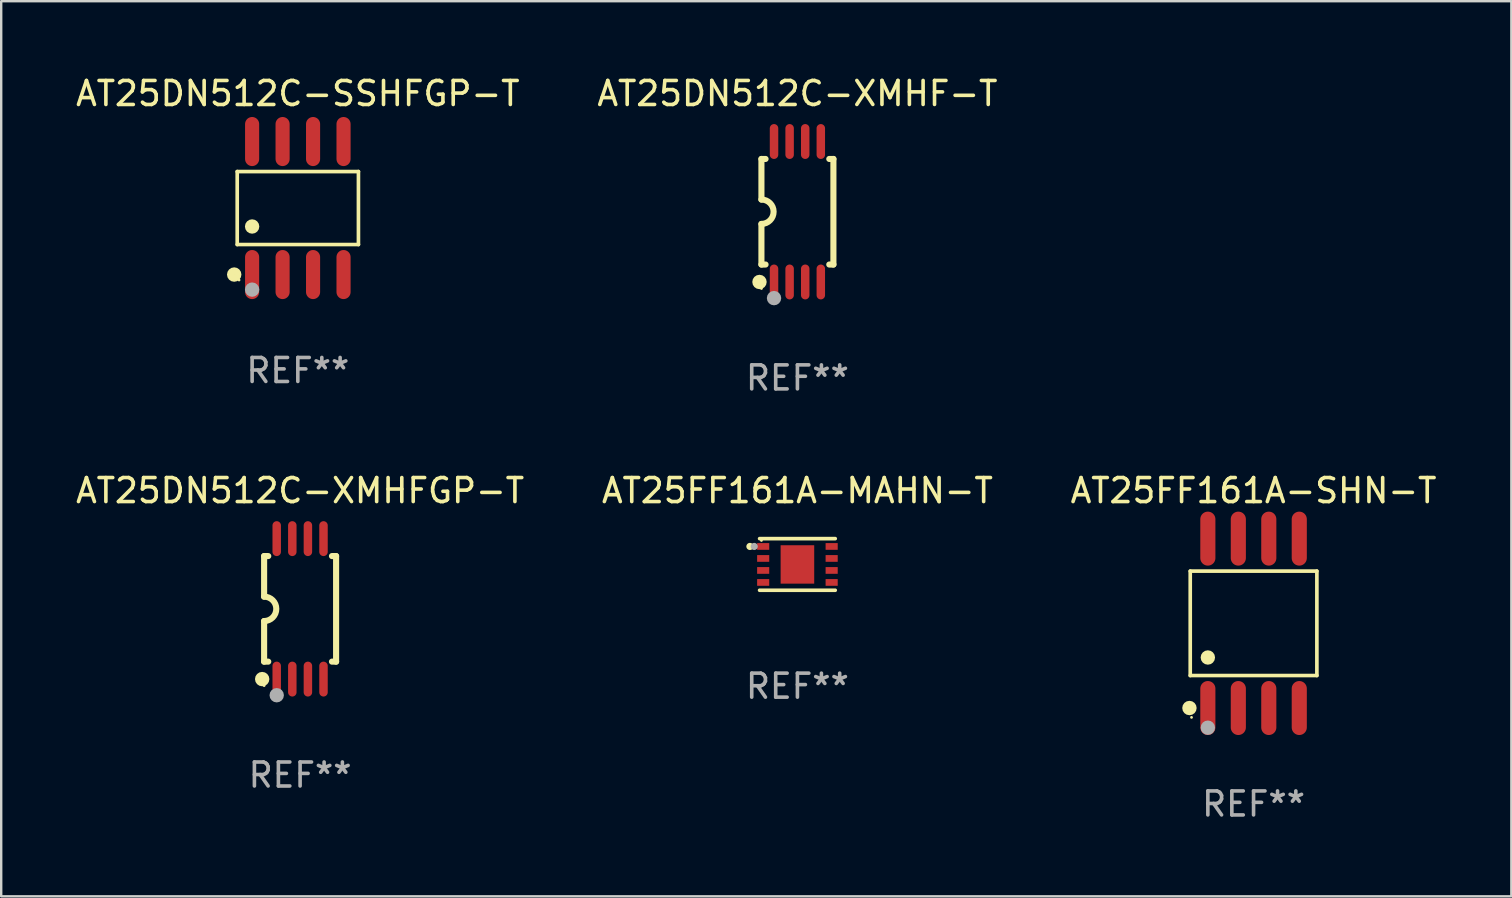
<source format=kicad_pcb>
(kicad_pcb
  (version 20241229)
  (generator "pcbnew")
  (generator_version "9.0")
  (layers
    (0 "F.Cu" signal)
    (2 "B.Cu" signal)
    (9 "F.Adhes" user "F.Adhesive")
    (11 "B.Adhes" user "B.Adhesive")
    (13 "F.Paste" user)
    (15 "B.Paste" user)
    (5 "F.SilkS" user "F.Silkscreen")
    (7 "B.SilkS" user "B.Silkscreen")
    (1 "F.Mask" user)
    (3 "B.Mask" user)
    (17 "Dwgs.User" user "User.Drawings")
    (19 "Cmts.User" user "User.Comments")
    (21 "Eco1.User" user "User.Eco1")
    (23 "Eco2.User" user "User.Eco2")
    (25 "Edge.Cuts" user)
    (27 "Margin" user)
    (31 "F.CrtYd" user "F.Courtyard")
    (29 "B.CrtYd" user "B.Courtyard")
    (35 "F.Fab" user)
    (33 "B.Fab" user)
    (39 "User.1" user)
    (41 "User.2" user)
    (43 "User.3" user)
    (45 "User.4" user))
  (footprint "AT25DN512C-XMHF-T"
    (layer "F.Cu")
    (at 30.185 5.775)
    (property "Reference" "AT25DN512C-XMHF-T" (at 0 -4.927 0) (layer "F.SilkS") (effects (font (size 1 1) (thickness 0.15))))
    (attr through_hole)
    (fp_line (start -1.5 -2.2) (end -1.5 -0.508) (stroke (width 0.254) (type solid)) (layer "F.SilkS"))
    (fp_line (start -1.5 -2.2) (end -1.328 -2.2) (stroke (width 0.254) (type solid)) (layer "F.SilkS"))
    (fp_line (start -1.5 2.2) (end -1.5 0.508) (stroke (width 0.254) (type solid)) (layer "F.SilkS"))
    (fp_line (start -1.5 2.2) (end -1.328 2.2) (stroke (width 0.254) (type solid)) (layer "F.SilkS"))
    (fp_line (start 1.328 -2.2) (end 1.5 -2.2) (stroke (width 0.254) (type solid)) (layer "F.SilkS"))
    (fp_line (start 1.328 2.2) (end 1.5 2.2) (stroke (width 0.254) (type solid)) (layer "F.SilkS"))
    (fp_line (start 1.5 -2.2) (end 1.5 2.2) (stroke (width 0.254) (type solid)) (layer "F.SilkS"))
    (fp_arc (start -1.501144 -0.508) (mid -0.993143 -0.000571) (end -1.5 0.508001) (stroke (width 0.254001) (type solid)) (layer "F.SilkS"))
    (fp_circle (center -1.581 2.927) (end -1.431 2.927) (stroke (width 0.3) (type solid)) (fill no) (layer "F.SilkS"))
    (fp_circle (center -1.5 3.2) (end -1.47 3.2) (stroke (width 0.06) (type solid)) (fill no) (layer "F.SilkS"))
    (fp_circle (center -0.975 3.6) (end -0.825 3.6) (stroke (width 0.3) (type solid)) (fill no) (layer "F.Fab"))
    (fp_text user "REF**" (at 0 6.927 0) (layer "F.Fab") (effects (font (size 1 1) (thickness 0.15))))
    (pad "1" smd oval (at -0.975 2.927) (size 0.353 1.454) (layers "F.Cu" "F.Mask" "F.Paste"))
    (pad "2" smd oval (at -0.325 2.927) (size 0.353 1.454) (layers "F.Cu" "F.Mask" "F.Paste"))
    (pad "3" smd oval (at 0.325 2.927) (size 0.353 1.454) (layers "F.Cu" "F.Mask" "F.Paste"))
    (pad "4" smd oval (at 0.975 2.927) (size 0.353 1.454) (layers "F.Cu" "F.Mask" "F.Paste"))
    (pad "5" smd oval (at 0.975 -2.927) (size 0.353 1.454) (layers "F.Cu" "F.Mask" "F.Paste"))
    (pad "6" smd oval (at 0.325 -2.927) (size 0.353 1.454) (layers "F.Cu" "F.Mask" "F.Paste"))
    (pad "7" smd oval (at -0.325 -2.927) (size 0.353 1.454) (layers "F.Cu" "F.Mask" "F.Paste"))
    (pad "8" smd oval (at -0.975 -2.927) (size 0.353 1.454) (layers "F.Cu" "F.Mask" "F.Paste")))
  (footprint "AT25DN512C-SSHFGP-T"
    (layer "F.Cu")
    (at 9.363 5.621)
    (property "Reference" "AT25DN512C-SSHFGP-T" (at 0 -4.772 0) (layer "F.SilkS") (effects (font (size 1 1) (thickness 0.15))))
    (attr through_hole)
    (fp_line (start -2.526 -1.521) (end 2.526 -1.521) (stroke (width 0.152) (type solid)) (layer "F.SilkS"))
    (fp_line (start -2.526 1.521) (end -2.526 -1.521) (stroke (width 0.152) (type solid)) (layer "F.SilkS"))
    (fp_line (start 2.526 -1.521) (end 2.526 1.521) (stroke (width 0.152) (type solid)) (layer "F.SilkS"))
    (fp_line (start 2.526 1.521) (end -2.526 1.521) (stroke (width 0.152) (type solid)) (layer "F.SilkS"))
    (fp_circle (center -2.652 2.772) (end -2.501 2.772) (stroke (width 0.3) (type solid)) (fill no) (layer "F.SilkS"))
    (fp_circle (center -2.45 3) (end -2.42 3) (stroke (width 0.06) (type solid)) (fill no) (layer "F.SilkS"))
    (fp_circle (center -1.905 0.769) (end -1.755 0.769) (stroke (width 0.3) (type solid)) (fill no) (layer "F.SilkS"))
    (fp_circle (center -1.905 3.4) (end -1.755 3.4) (stroke (width 0.3) (type solid)) (fill no) (layer "F.Fab"))
    (fp_text user "REF**" (at 0 6.772 0) (layer "F.Fab") (effects (font (size 1 1) (thickness 0.15))))
    (pad "1" smd oval (at -1.905 2.772) (size 0.588 2.045) (layers "F.Cu" "F.Mask" "F.Paste"))
    (pad "2" smd oval (at -0.635 2.772) (size 0.588 2.045) (layers "F.Cu" "F.Mask" "F.Paste"))
    (pad "3" smd oval (at 0.635 2.772) (size 0.588 2.045) (layers "F.Cu" "F.Mask" "F.Paste"))
    (pad "4" smd oval (at 1.905 2.772) (size 0.588 2.045) (layers "F.Cu" "F.Mask" "F.Paste"))
    (pad "5" smd oval (at 1.905 -2.772) (size 0.588 2.045) (layers "F.Cu" "F.Mask" "F.Paste"))
    (pad "6" smd oval (at 0.635 -2.772) (size 0.588 2.045) (layers "F.Cu" "F.Mask" "F.Paste"))
    (pad "7" smd oval (at -0.635 -2.772) (size 0.588 2.045) (layers "F.Cu" "F.Mask" "F.Paste"))
    (pad "8" smd oval (at -1.905 -2.772) (size 0.588 2.045) (layers "F.Cu" "F.Mask" "F.Paste")))
  (footprint "AT25FF161A-SHN-T"
    (layer "F.Cu")
    (at 49.196 22.929)
    (property "Reference" "AT25FF161A-SHN-T" (at 0 -5.53 0) (layer "F.SilkS") (effects (font (size 1 1) (thickness 0.15))))
    (attr through_hole)
    (fp_line (start -2.639 -2.176) (end 2.639 -2.176) (stroke (width 0.152) (type solid)) (layer "F.SilkS"))
    (fp_line (start -2.639 2.176) (end -2.639 -2.176) (stroke (width 0.152) (type solid)) (layer "F.SilkS"))
    (fp_line (start 2.639 -2.176) (end 2.639 2.176) (stroke (width 0.152) (type solid)) (layer "F.SilkS"))
    (fp_line (start 2.639 2.176) (end -2.639 2.176) (stroke (width 0.152) (type solid)) (layer "F.SilkS"))
    (fp_circle (center -2.672 3.53) (end -2.522 3.53) (stroke (width 0.3) (type solid)) (fill no) (layer "F.SilkS"))
    (fp_circle (center -2.585 3.92) (end -2.555 3.92) (stroke (width 0.06) (type solid)) (fill no) (layer "F.SilkS"))
    (fp_circle (center -1.905 1.424) (end -1.755 1.424) (stroke (width 0.3) (type solid)) (fill no) (layer "F.SilkS"))
    (fp_circle (center -1.905 4.35) (end -1.755 4.35) (stroke (width 0.3) (type solid)) (fill no) (layer "F.Fab"))
    (fp_text user "REF**" (at 0 7.53 0) (layer "F.Fab") (effects (font (size 1 1) (thickness 0.15))))
    (pad "1" smd oval (at -1.905 3.53) (size 0.63 2.25) (layers "F.Cu" "F.Mask" "F.Paste"))
    (pad "2" smd oval (at -0.635 3.53) (size 0.63 2.25) (layers "F.Cu" "F.Mask" "F.Paste"))
    (pad "3" smd oval (at 0.635 3.53) (size 0.63 2.25) (layers "F.Cu" "F.Mask" "F.Paste"))
    (pad "4" smd oval (at 1.905 3.53) (size 0.63 2.25) (layers "F.Cu" "F.Mask" "F.Paste"))
    (pad "5" smd oval (at 1.905 -3.53) (size 0.63 2.25) (layers "F.Cu" "F.Mask" "F.Paste"))
    (pad "6" smd oval (at 0.635 -3.53) (size 0.63 2.25) (layers "F.Cu" "F.Mask" "F.Paste"))
    (pad "7" smd oval (at -0.635 -3.53) (size 0.63 2.25) (layers "F.Cu" "F.Mask" "F.Paste"))
    (pad "8" smd oval (at -1.905 -3.53) (size 0.63 2.25) (layers "F.Cu" "F.Mask" "F.Paste")))
  (footprint "AT25DN512C-XMHFGP-T"
    (layer "F.Cu")
    (at 9.458 22.326)
    (property "Reference" "AT25DN512C-XMHFGP-T" (at 0 -4.927 0) (layer "F.SilkS") (effects (font (size 1 1) (thickness 0.15))))
    (attr through_hole)
    (fp_line (start -1.5 -2.2) (end -1.5 -0.508) (stroke (width 0.254) (type solid)) (layer "F.SilkS"))
    (fp_line (start -1.5 -2.2) (end -1.328 -2.2) (stroke (width 0.254) (type solid)) (layer "F.SilkS"))
    (fp_line (start -1.5 2.2) (end -1.5 0.508) (stroke (width 0.254) (type solid)) (layer "F.SilkS"))
    (fp_line (start -1.5 2.2) (end -1.328 2.2) (stroke (width 0.254) (type solid)) (layer "F.SilkS"))
    (fp_line (start 1.328 -2.2) (end 1.5 -2.2) (stroke (width 0.254) (type solid)) (layer "F.SilkS"))
    (fp_line (start 1.328 2.2) (end 1.5 2.2) (stroke (width 0.254) (type solid)) (layer "F.SilkS"))
    (fp_line (start 1.5 -2.2) (end 1.5 2.2) (stroke (width 0.254) (type solid)) (layer "F.SilkS"))
    (fp_arc (start -1.501144 -0.508) (mid -0.993143 -0.000571) (end -1.5 0.508001) (stroke (width 0.254001) (type solid)) (layer "F.SilkS"))
    (fp_circle (center -1.581 2.927) (end -1.431 2.927) (stroke (width 0.3) (type solid)) (fill no) (layer "F.SilkS"))
    (fp_circle (center -1.5 3.2) (end -1.47 3.2) (stroke (width 0.06) (type solid)) (fill no) (layer "F.SilkS"))
    (fp_circle (center -0.975 3.6) (end -0.825 3.6) (stroke (width 0.3) (type solid)) (fill no) (layer "F.Fab"))
    (fp_text user "REF**" (at 0 6.927 0) (layer "F.Fab") (effects (font (size 1 1) (thickness 0.15))))
    (pad "1" smd oval (at -0.975 2.927) (size 0.353 1.454) (layers "F.Cu" "F.Mask" "F.Paste"))
    (pad "2" smd oval (at -0.325 2.927) (size 0.353 1.454) (layers "F.Cu" "F.Mask" "F.Paste"))
    (pad "3" smd oval (at 0.325 2.927) (size 0.353 1.454) (layers "F.Cu" "F.Mask" "F.Paste"))
    (pad "4" smd oval (at 0.975 2.927) (size 0.353 1.454) (layers "F.Cu" "F.Mask" "F.Paste"))
    (pad "5" smd oval (at 0.975 -2.927) (size 0.353 1.454) (layers "F.Cu" "F.Mask" "F.Paste"))
    (pad "6" smd oval (at 0.325 -2.927) (size 0.353 1.454) (layers "F.Cu" "F.Mask" "F.Paste"))
    (pad "7" smd oval (at -0.325 -2.927) (size 0.353 1.454) (layers "F.Cu" "F.Mask" "F.Paste"))
    (pad "8" smd oval (at -0.975 -2.927) (size 0.353 1.454) (layers "F.Cu" "F.Mask" "F.Paste")))
  (footprint "AT25FF161A-MAHN-T"
    (layer "F.Cu")
    (at 30.185 20.475)
    (property "Reference" "AT25FF161A-MAHN-T" (at 0 -3.076 0) (layer "F.SilkS") (effects (font (size 1 1) (thickness 0.15))))
    (attr through_hole)
    (fp_line (start -1.576 -1.076) (end 1.576 -1.076) (stroke (width 0.152) (type solid)) (layer "F.SilkS"))
    (fp_line (start -1.576 1.076) (end 1.576 1.076) (stroke (width 0.152) (type solid)) (layer "F.SilkS"))
    (fp_circle (center -1.98 -0.75) (end -1.905 -0.75) (stroke (width 0.15) (type solid)) (fill no) (layer "F.SilkS"))
    (fp_circle (center -1.5 -1) (end -1.47 -1) (stroke (width 0.06) (type solid)) (fill no) (layer "F.SilkS"))
    (fp_circle (center -1.8 -0.75) (end -1.725 -0.75) (stroke (width 0.15) (type solid)) (fill no) (layer "F.Fab"))
    (fp_text user "REF**" (at 0 5.076 0) (layer "F.Fab") (effects (font (size 1 1) (thickness 0.15))))
    (pad "1" smd rect (at -1.427 -0.75) (size 0.505 0.28) (layers "F.Cu" "F.Mask" "F.Paste"))
    (pad "2" smd rect (at -1.427 -0.25) (size 0.505 0.28) (layers "F.Cu" "F.Mask" "F.Paste"))
    (pad "3" smd rect (at -1.427 0.25) (size 0.505 0.28) (layers "F.Cu" "F.Mask" "F.Paste"))
    (pad "4" smd rect (at -1.427 0.75) (size 0.505 0.28) (layers "F.Cu" "F.Mask" "F.Paste"))
    (pad "5" smd rect (at 1.427 0.75) (size 0.505 0.28) (layers "F.Cu" "F.Mask" "F.Paste"))
    (pad "6" smd rect (at 1.427 0.25) (size 0.505 0.28) (layers "F.Cu" "F.Mask" "F.Paste"))
    (pad "7" smd rect (at 1.427 -0.25) (size 0.505 0.28) (layers "F.Cu" "F.Mask" "F.Paste"))
    (pad "8" smd rect (at 1.427 -0.75) (size 0.505 0.28) (layers "F.Cu" "F.Mask" "F.Paste"))
    (pad "9" smd rect (at 0 0) (size 1.4 1.6) (layers "F.Cu" "F.Mask" "F.Paste")))
  (gr_rect
    (start -3 -3)
    (end 59.94 34.307)
    (stroke (width 0.1) (type default))
    (fill no)
    (layer "Edge.Cuts")))
</source>
